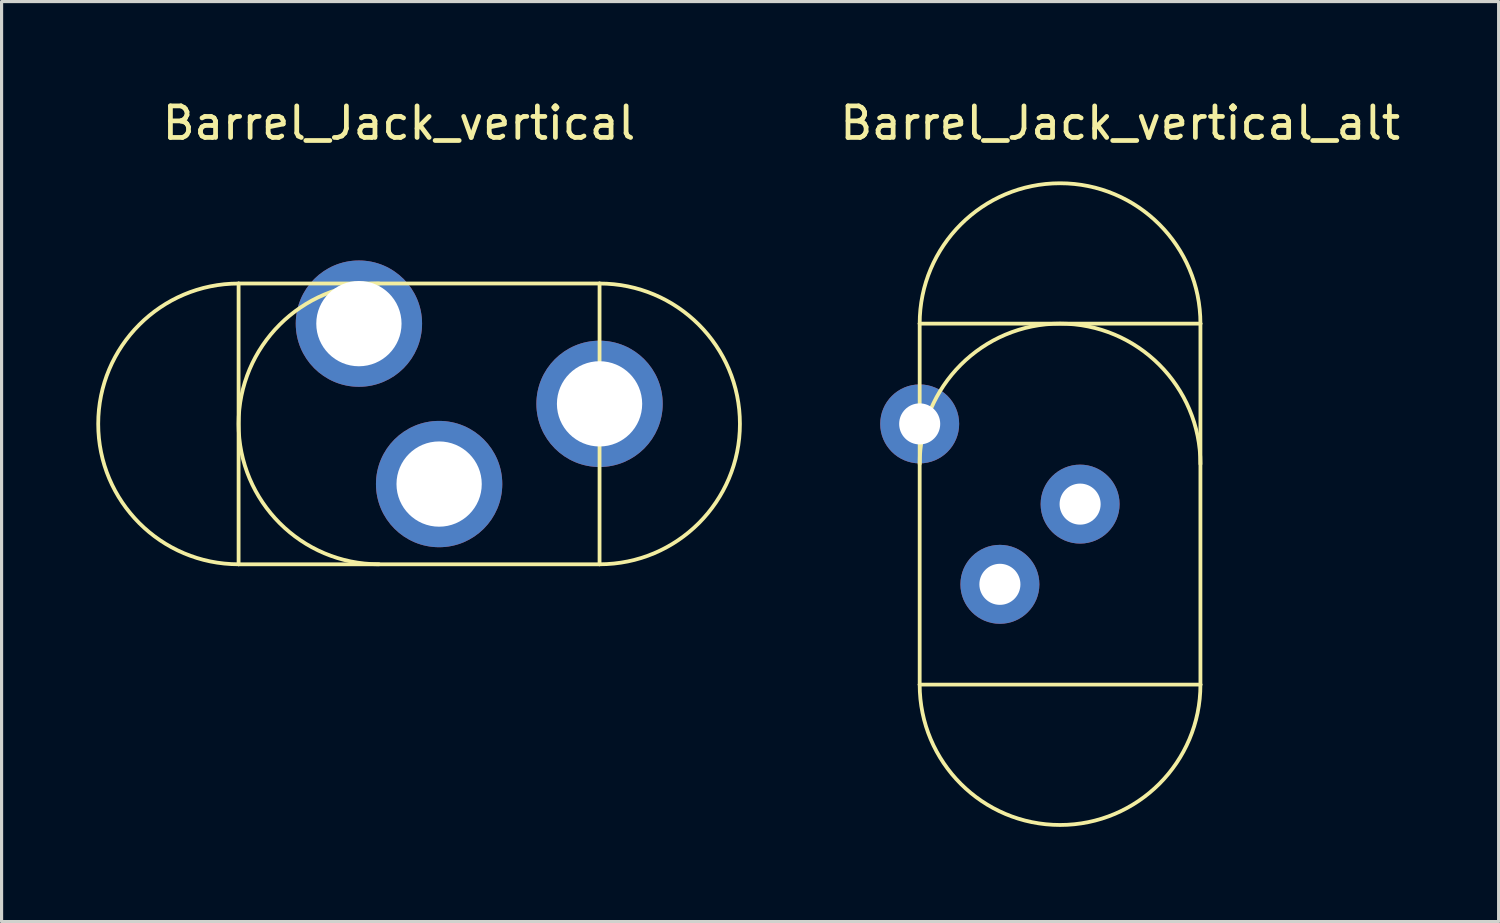
<source format=kicad_pcb>
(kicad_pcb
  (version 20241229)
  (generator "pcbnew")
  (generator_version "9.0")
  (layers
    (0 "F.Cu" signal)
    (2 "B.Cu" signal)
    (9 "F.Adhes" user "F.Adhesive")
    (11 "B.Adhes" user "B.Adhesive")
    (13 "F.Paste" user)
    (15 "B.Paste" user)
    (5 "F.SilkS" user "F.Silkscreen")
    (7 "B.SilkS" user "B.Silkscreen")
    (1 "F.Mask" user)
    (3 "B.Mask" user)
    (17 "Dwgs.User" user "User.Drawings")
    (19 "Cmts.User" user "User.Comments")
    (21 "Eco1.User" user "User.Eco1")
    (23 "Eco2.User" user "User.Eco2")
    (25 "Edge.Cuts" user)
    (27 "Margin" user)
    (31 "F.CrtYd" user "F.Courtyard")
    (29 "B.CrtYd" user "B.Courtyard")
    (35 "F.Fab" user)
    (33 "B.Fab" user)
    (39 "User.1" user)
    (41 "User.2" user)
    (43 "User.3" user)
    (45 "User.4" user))
  (footprint "Barrel_Jack_vertical"
    (layer "F.Cu")
    (at 10.855 4.658)
    (property "Reference" "Barrel_Jack_vertical" (at -1.27 -3.81 0) (layer "F.SilkS") (effects (font (size 1 1) (thickness 0.15))))
    (attr through_hole)
    (fp_line (start -6.35 1.27) (end 5.08 1.27) (stroke (width 0.12) (type solid)) (layer "F.SilkS"))
    (fp_line (start -6.35 10.16) (end -6.35 1.27) (stroke (width 0.12) (type solid)) (layer "F.SilkS"))
    (fp_line (start 5.08 1.27) (end 5.08 10.16) (stroke (width 0.12) (type solid)) (layer "F.SilkS"))
    (fp_line (start 5.08 10.16) (end -6.35 10.16) (stroke (width 0.12) (type solid)) (layer "F.SilkS"))
    (fp_arc (start -6.35 10.16) (mid -10.795 5.715) (end -6.35 1.27) (stroke (width 0.12) (type solid)) (layer "F.SilkS"))
    (fp_arc (start -1.905 10.16) (mid -6.35 5.715) (end -1.905 1.27) (stroke (width 0.12) (type solid)) (layer "F.SilkS"))
    (fp_arc (start 5.08 1.27) (mid 9.525 5.715) (end 5.08 10.16) (stroke (width 0.12) (type solid)) (layer "F.SilkS"))
    (pad "1" thru_hole circle (at 5.08 5.08) (size 4 4) (drill 2.7) (layers "*.Cu" "*.Mask"))
    (pad "2" thru_hole circle (at -2.54 2.54) (size 4 4) (drill 2.7) (layers "*.Cu" "*.Mask"))
    (pad "3" thru_hole circle (at 0 7.62) (size 4 4) (drill 2.7) (layers "*.Cu" "*.Mask")))
  (footprint "Barrel_Jack_vertical_alt"
    (layer "F.Cu")
    (at 27.977 5.293)
    (property "Reference" "Barrel_Jack_vertical_alt" (at 4.445 -4.445 0) (layer "F.SilkS") (effects (font (size 1 1) (thickness 0.15))))
    (attr through_hole)
    (fp_line (start -1.905 1.905) (end 6.985 1.905) (stroke (width 0.12) (type solid)) (layer "F.SilkS"))
    (fp_line (start -1.905 13.335) (end -1.905 1.905) (stroke (width 0.12) (type solid)) (layer "F.SilkS"))
    (fp_line (start 6.985 1.905) (end 6.985 13.335) (stroke (width 0.12) (type solid)) (layer "F.SilkS"))
    (fp_line (start 6.985 13.335) (end -1.905 13.335) (stroke (width 0.12) (type solid)) (layer "F.SilkS"))
    (fp_arc (start -1.905 1.905) (mid 2.54 -2.54) (end 6.985 1.905) (stroke (width 0.12) (type solid)) (layer "F.SilkS"))
    (fp_arc (start -1.905 6.35) (mid 2.54 1.905) (end 6.985 6.35) (stroke (width 0.12) (type solid)) (layer "F.SilkS"))
    (fp_arc (start 6.985 13.335) (mid 2.54 17.78) (end -1.905 13.335) (stroke (width 0.12) (type solid)) (layer "F.SilkS"))
    (pad "1" thru_hole circle (at -1.905 5.08 270) (size 2.5 2.5) (drill 1.3) (layers "*.Cu" "*.Mask"))
    (pad "2" thru_hole circle (at 0.635 10.16 270) (size 2.5 2.5) (drill 1.3) (layers "*.Cu" "*.Mask"))
    (pad "3" thru_hole circle (at 3.175 7.62 270) (size 2.5 2.5) (drill 1.3) (layers "*.Cu" "*.Mask")))
  (gr_rect
    (start -3 -3)
    (end 44.404 26.133)
    (stroke (width 0.1) (type default))
    (fill no)
    (layer "Edge.Cuts")))
</source>
